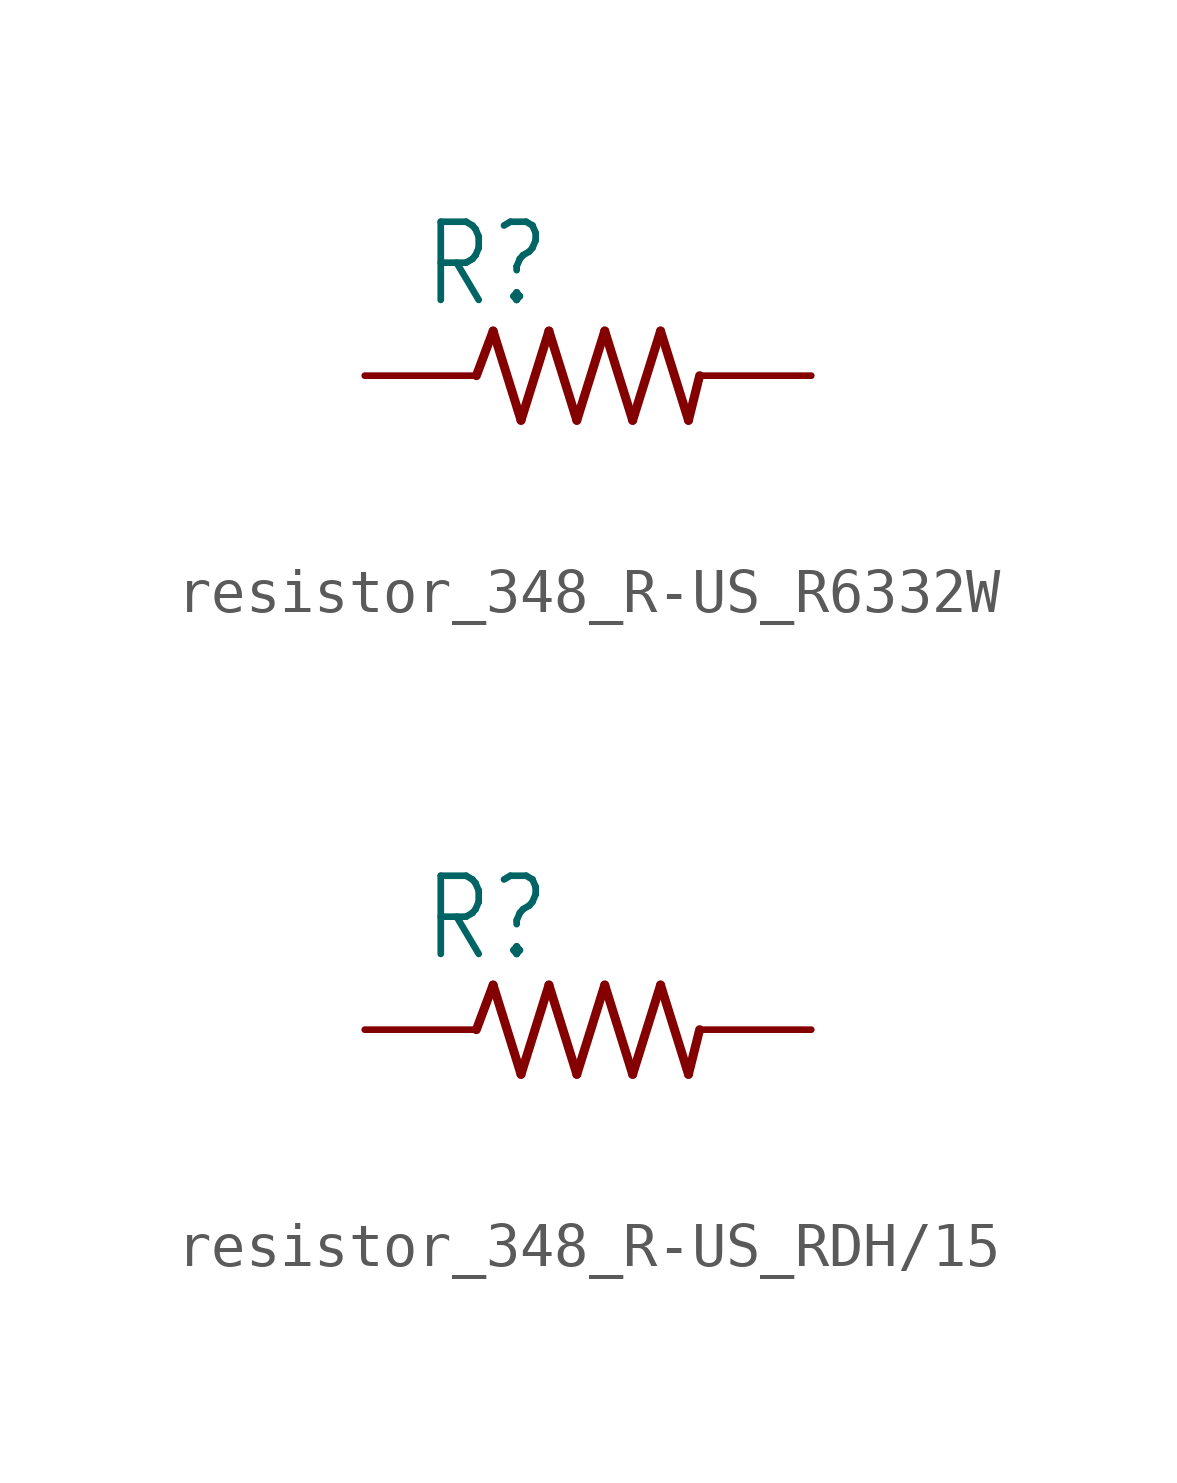
<source format=kicad_sym>
(kicad_symbol_lib
  (version 20241209)
  (generator "kicad_symbol_editor")
  (generator_version "9.0")
  (symbol "resistor_348_R-US_R6332W"
    (property "Reference" "R"
      (at -3.81 1.499 0)
      (effects (font (size 1.778 1.511)) (justify left bottom)))
    (property "Value" ""
      (at -3.81 -3.302 0)
      (effects (font (size 1.778 1.511)) (justify left bottom)))
    (property "ki_locked" ""
      (at 0 0 0)
      (effects (font (size 1.27 1.27))))
    (symbol "resistor_348_R-US_R6332W_1_0"
      (polyline (pts (xy -2.54 0) (xy -2.159 1.016)) (stroke (width 0.203) (type solid)) (fill (type none)))
      (polyline (pts (xy -2.159 1.016) (xy -1.524 -1.016)) (stroke (width 0.203) (type solid)) (fill (type none)))
      (polyline (pts (xy -1.524 -1.016) (xy -0.889 1.016)) (stroke (width 0.203) (type solid)) (fill (type none)))
      (polyline (pts (xy -0.889 1.016) (xy -0.254 -1.016)) (stroke (width 0.203) (type solid)) (fill (type none)))
      (polyline (pts (xy -0.254 -1.016) (xy 0.381 1.016)) (stroke (width 0.203) (type solid)) (fill (type none)))
      (polyline (pts (xy 0.381 1.016) (xy 1.016 -1.016)) (stroke (width 0.203) (type solid)) (fill (type none)))
      (polyline (pts (xy 1.016 -1.016) (xy 1.651 1.016)) (stroke (width 0.203) (type solid)) (fill (type none)))
      (polyline (pts (xy 1.651 1.016) (xy 2.286 -1.016)) (stroke (width 0.203) (type solid)) (fill (type none)))
      (polyline (pts (xy 2.286 -1.016) (xy 2.54 0)) (stroke (width 0.203) (type solid)) (fill (type none)))
      (pin passive line (at -5.08 0 0) (length 2.54) (name "1" (effects (font (size 0 0)))) (number "1" (effects (font (size 0 0)))))
      (pin passive line (at 5.08 0 180) (length 2.54) (name "2" (effects (font (size 0 0)))) (number "2" (effects (font (size 0 0)))))))
  (symbol "resistor_348_R-US_RDH/15"
    (property "Reference" "R"
      (at -3.81 1.499 0)
      (effects (font (size 1.778 1.511)) (justify left bottom)))
    (property "Value" ""
      (at -3.81 -3.302 0)
      (effects (font (size 1.778 1.511)) (justify left bottom)))
    (property "ki_locked" ""
      (at 0 0 0)
      (effects (font (size 1.27 1.27))))
    (symbol "resistor_348_R-US_RDH/15_1_0"
      (polyline (pts (xy -2.54 0) (xy -2.159 1.016)) (stroke (width 0.203) (type solid)) (fill (type none)))
      (polyline (pts (xy -2.159 1.016) (xy -1.524 -1.016)) (stroke (width 0.203) (type solid)) (fill (type none)))
      (polyline (pts (xy -1.524 -1.016) (xy -0.889 1.016)) (stroke (width 0.203) (type solid)) (fill (type none)))
      (polyline (pts (xy -0.889 1.016) (xy -0.254 -1.016)) (stroke (width 0.203) (type solid)) (fill (type none)))
      (polyline (pts (xy -0.254 -1.016) (xy 0.381 1.016)) (stroke (width 0.203) (type solid)) (fill (type none)))
      (polyline (pts (xy 0.381 1.016) (xy 1.016 -1.016)) (stroke (width 0.203) (type solid)) (fill (type none)))
      (polyline (pts (xy 1.016 -1.016) (xy 1.651 1.016)) (stroke (width 0.203) (type solid)) (fill (type none)))
      (polyline (pts (xy 1.651 1.016) (xy 2.286 -1.016)) (stroke (width 0.203) (type solid)) (fill (type none)))
      (polyline (pts (xy 2.286 -1.016) (xy 2.54 0)) (stroke (width 0.203) (type solid)) (fill (type none)))
      (pin passive line (at -5.08 0 0) (length 2.54) (name "1" (effects (font (size 0 0)))) (number "1" (effects (font (size 0 0)))))
      (pin passive line (at 5.08 0 180) (length 2.54) (name "2" (effects (font (size 0 0)))) (number "2" (effects (font (size 0 0))))))))
</source>
